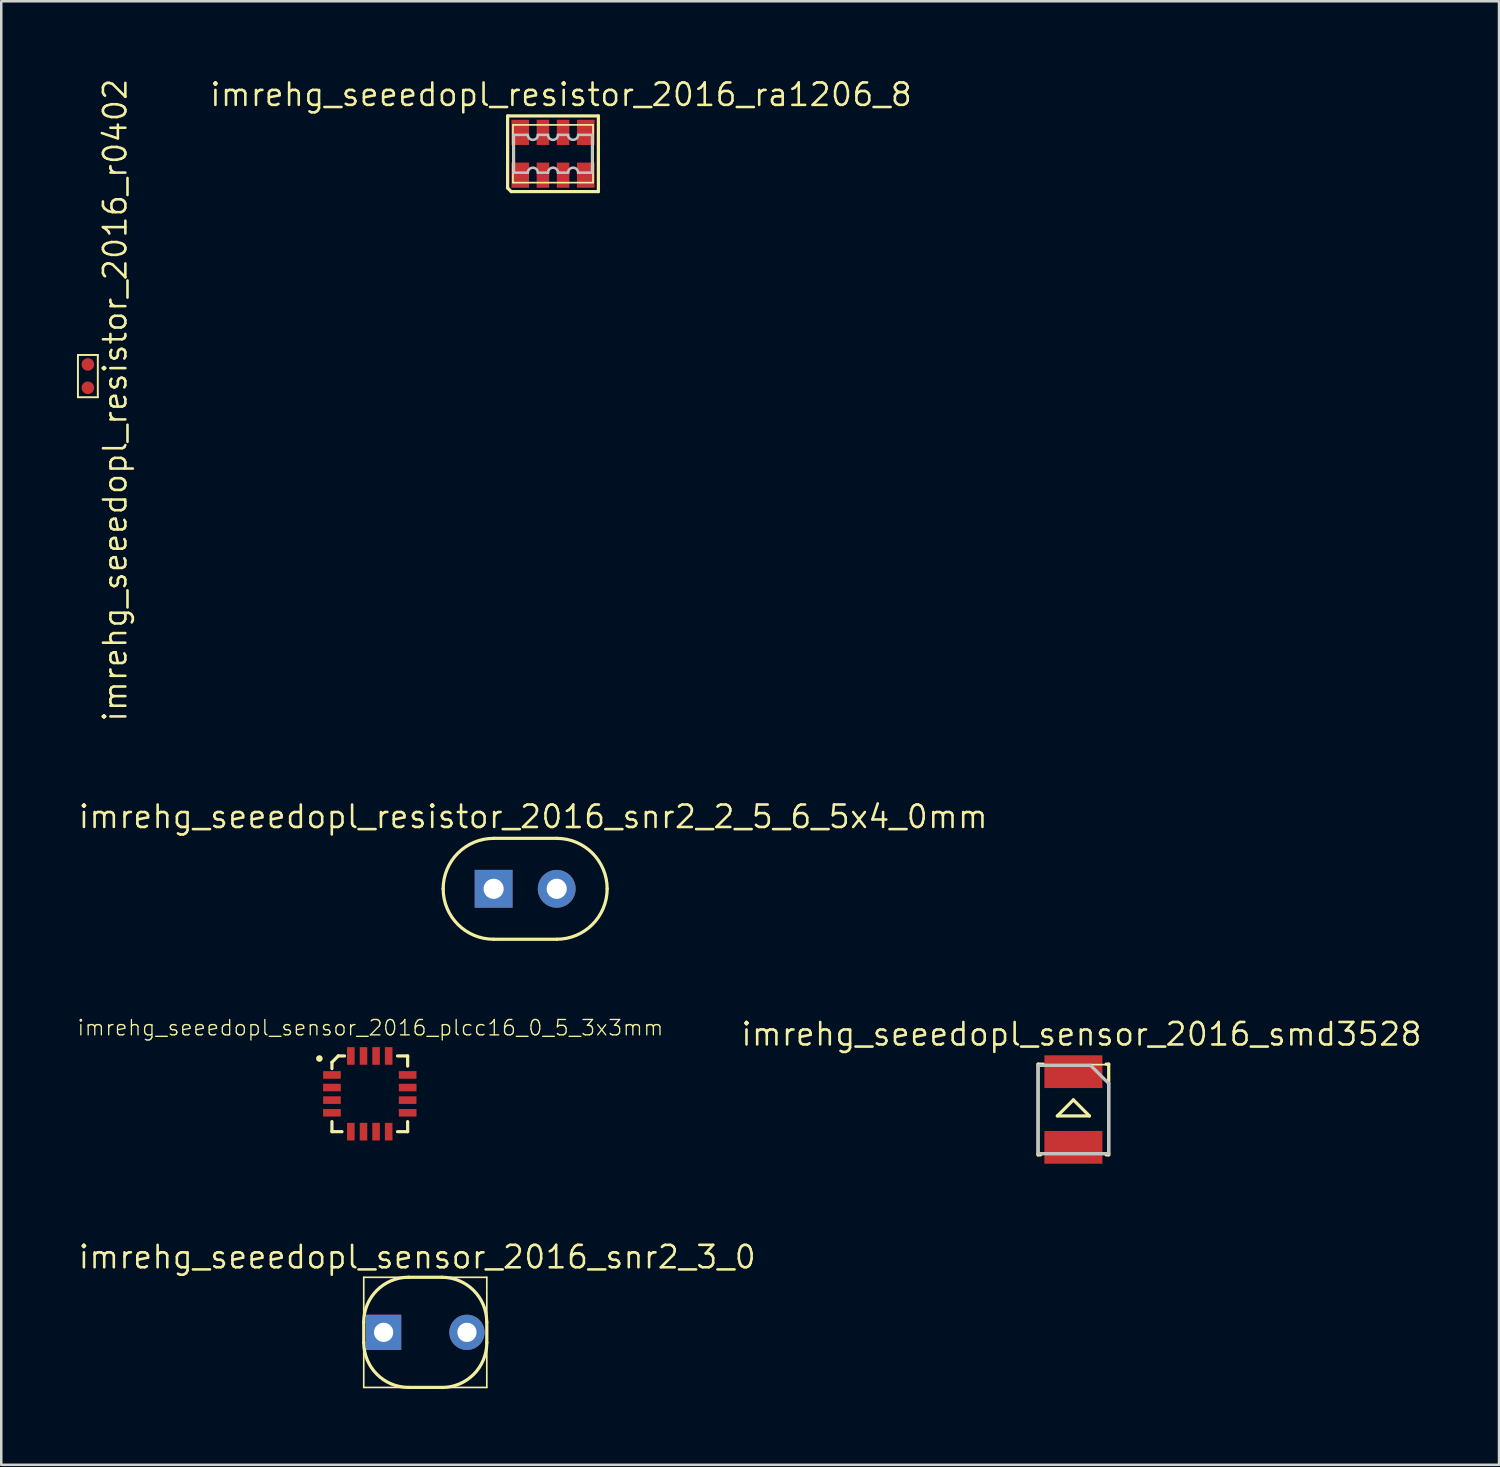
<source format=kicad_pcb>
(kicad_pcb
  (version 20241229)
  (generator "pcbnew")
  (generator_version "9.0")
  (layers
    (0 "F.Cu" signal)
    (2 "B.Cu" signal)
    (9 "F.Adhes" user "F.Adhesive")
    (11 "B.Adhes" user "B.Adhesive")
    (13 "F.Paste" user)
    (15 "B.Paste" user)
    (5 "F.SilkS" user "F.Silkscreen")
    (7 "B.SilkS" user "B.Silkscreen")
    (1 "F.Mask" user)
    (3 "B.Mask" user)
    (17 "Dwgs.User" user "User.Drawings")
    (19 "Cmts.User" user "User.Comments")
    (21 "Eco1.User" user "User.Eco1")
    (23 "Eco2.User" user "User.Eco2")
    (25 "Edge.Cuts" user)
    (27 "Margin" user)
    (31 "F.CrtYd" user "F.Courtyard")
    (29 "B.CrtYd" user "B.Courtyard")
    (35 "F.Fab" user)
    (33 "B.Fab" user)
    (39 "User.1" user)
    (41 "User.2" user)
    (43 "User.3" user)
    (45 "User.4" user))
  (footprint "imrehg_seeedopl_sensor_2016_plcc16_0_5_3x3mm"
    (layer "F.Cu")
    (at 10.103 41.791)
    (property "Reference" "imrehg_seeedopl_sensor_2016_plcc16_0_5_3x3mm" (at 1.524 -4.115 0) (layer "F.SilkS") (effects (font (size 0.61 0.61) (thickness 0.051))))
    (attr smd)
    (fp_line (start 0 -2.748) (end 0 -2.499) (stroke (width 0.127) (type solid)) (layer "F.SilkS"))
    (fp_line (start 0 0) (end 0 -0.399) (stroke (width 0.127) (type solid)) (layer "F.SilkS"))
    (fp_line (start 0.249 -3) (end 0 -2.748) (stroke (width 0.127) (type solid)) (layer "F.SilkS"))
    (fp_line (start 0.399 0) (end 0 0) (stroke (width 0.127) (type solid)) (layer "F.SilkS"))
    (fp_line (start 0.498 -3) (end 0.249 -3) (stroke (width 0.127) (type solid)) (layer "F.SilkS"))
    (fp_line (start 2.598 -3) (end 3 -3) (stroke (width 0.127) (type solid)) (layer "F.SilkS"))
    (fp_line (start 3 -2.598) (end 3 -3) (stroke (width 0.127) (type solid)) (layer "F.SilkS"))
    (fp_line (start 3 -0.399) (end 3 0) (stroke (width 0.127) (type solid)) (layer "F.SilkS"))
    (fp_line (start 3 0) (end 2.598 0) (stroke (width 0.127) (type solid)) (layer "F.SilkS"))
    (fp_circle (center -0.498 -2.898) (end -0.546 -2.946) (stroke (width 0.127) (type solid)) (fill no) (layer "F.SilkS"))
    (pad "1" smd rect (at 0 -2.248) (size 0.699 0.3) (layers "F.Cu" "F.Mask" "F.Paste"))
    (pad "2" smd rect (at 0 -1.748) (size 0.699 0.3) (layers "F.Cu" "F.Mask" "F.Paste"))
    (pad "3" smd rect (at 0 -1.25) (size 0.699 0.3) (layers "F.Cu" "F.Mask" "F.Paste"))
    (pad "4" smd rect (at 0 -0.749) (size 0.699 0.3) (layers "F.Cu" "F.Mask" "F.Paste"))
    (pad "5" smd rect (at 0.749 0 90) (size 0.699 0.3) (layers "F.Cu" "F.Mask" "F.Paste"))
    (pad "6" smd rect (at 1.25 0 90) (size 0.699 0.3) (layers "F.Cu" "F.Mask" "F.Paste"))
    (pad "7" smd rect (at 1.748 0 90) (size 0.699 0.3) (layers "F.Cu" "F.Mask" "F.Paste"))
    (pad "8" smd rect (at 2.248 0 90) (size 0.699 0.3) (layers "F.Cu" "F.Mask" "F.Paste"))
    (pad "9" smd rect (at 3 -0.749) (size 0.699 0.3) (layers "F.Cu" "F.Mask" "F.Paste"))
    (pad "10" smd rect (at 3 -1.25) (size 0.699 0.3) (layers "F.Cu" "F.Mask" "F.Paste"))
    (pad "11" smd rect (at 3 -1.748) (size 0.699 0.3) (layers "F.Cu" "F.Mask" "F.Paste"))
    (pad "12" smd rect (at 3 -2.248) (size 0.699 0.3) (layers "F.Cu" "F.Mask" "F.Paste"))
    (pad "13" smd rect (at 2.248 -3 90) (size 0.699 0.3) (layers "F.Cu" "F.Mask" "F.Paste"))
    (pad "14" smd rect (at 1.748 -3 90) (size 0.699 0.3) (layers "F.Cu" "F.Mask" "F.Paste"))
    (pad "15" smd rect (at 1.25 -3 90) (size 0.699 0.3) (layers "F.Cu" "F.Mask" "F.Paste"))
    (pad "16" smd rect (at 0.749 -3 90) (size 0.699 0.3) (layers "F.Cu" "F.Mask" "F.Paste")))
  (footprint "imrehg_seeedopl_sensor_2016_smd3528"
    (layer "F.Cu")
    (at 39.482 40.913)
    (property "Reference" "imrehg_seeedopl_sensor_2016_smd3528" (at 0.318 -2.985 0) (layer "F.SilkS") (effects (font (size 0.889 0.889) (thickness 0.102))))
    (attr smd)
    (fp_line (start -1.4 -1.798) (end -1.199 -1.798) (stroke (width 0.127) (type solid)) (layer "F.SilkS"))
    (fp_line (start -1.4 1.798) (end -1.4 -1.798) (stroke (width 0.127) (type solid)) (layer "F.SilkS"))
    (fp_line (start -1.397 -1.778) (end 1.397 -1.778) (stroke (width 0.066) (type solid)) (layer "F.SilkS"))
    (fp_line (start -1.397 1.778) (end -1.397 -1.778) (stroke (width 0.066) (type solid)) (layer "F.SilkS"))
    (fp_line (start -1.397 1.778) (end 1.397 1.778) (stroke (width 0.066) (type solid)) (layer "F.SilkS"))
    (fp_line (start -1.298 1.798) (end -1.4 1.798) (stroke (width 0.127) (type solid)) (layer "F.SilkS"))
    (fp_line (start -0.635 0.254) (end 0.635 0.254) (stroke (width 0.127) (type solid)) (layer "F.SilkS"))
    (fp_line (start 0 -0.381) (end -0.635 0.254) (stroke (width 0.127) (type solid)) (layer "F.SilkS"))
    (fp_line (start 0.635 0.254) (end 0 -0.381) (stroke (width 0.127) (type solid)) (layer "F.SilkS"))
    (fp_line (start 1.298 -1.798) (end 1.4 -1.798) (stroke (width 0.127) (type solid)) (layer "F.SilkS"))
    (fp_line (start 1.397 1.778) (end 1.397 -1.778) (stroke (width 0.066) (type solid)) (layer "F.SilkS"))
    (fp_line (start 1.4 -1.798) (end 1.4 1.798) (stroke (width 0.127) (type solid)) (layer "F.SilkS"))
    (fp_line (start 1.4 1.798) (end 1.298 1.798) (stroke (width 0.127) (type solid)) (layer "F.SilkS"))
    (fp_line (start -1.4 -1.748) (end 0.681 -1.748) (stroke (width 0.127) (type solid)) (layer "Dwgs.User"))
    (fp_line (start -1.4 1.748) (end -1.4 -1.748) (stroke (width 0.127) (type solid)) (layer "Dwgs.User"))
    (fp_line (start 0.681 -1.748) (end 1.4 -1.031) (stroke (width 0.127) (type solid)) (layer "Dwgs.User"))
    (fp_line (start 1.4 -1.031) (end 1.4 1.748) (stroke (width 0.127) (type solid)) (layer "Dwgs.User"))
    (fp_line (start 1.4 1.748) (end -1.4 1.748) (stroke (width 0.127) (type solid)) (layer "Dwgs.User"))
    (pad "+" smd rect (at 0 1.499) (size 2.299 1.298) (layers "F.Cu" "F.Mask" "F.Paste"))
    (pad "-" smd rect (at 0 -1.499) (size 2.299 1.298) (layers "F.Cu" "F.Mask" "F.Paste")))
  (footprint "imrehg_seeedopl_resistor_2016_r0402"
    (layer "F.Cu")
    (at 0.432 11.853)
    (property "Reference" "imrehg_seeedopl_resistor_2016_r0402" (at 1.079 0.953 270) (layer "F.SilkS") (effects (font (size 0.889 0.889) (thickness 0.102))))
    (attr smd)
    (fp_line (start -0.394 -0.838) (end 0.394 -0.838) (stroke (width 0.076) (type solid)) (layer "F.SilkS"))
    (fp_line (start -0.394 0.838) (end -0.394 -0.838) (stroke (width 0.076) (type solid)) (layer "F.SilkS"))
    (fp_line (start 0.394 -0.838) (end 0.394 0.838) (stroke (width 0.076) (type solid)) (layer "F.SilkS"))
    (fp_line (start 0.394 0.838) (end -0.394 0.838) (stroke (width 0.076) (type solid)) (layer "F.SilkS"))
    (pad "1" smd circle (at 0 -0.462 270) (size 0.498 0.498) (layers "F.Cu" "F.Mask" "F.Paste"))
    (pad "2" smd circle (at 0 0.462 270) (size 0.498 0.498) (layers "F.Cu" "F.Mask" "F.Paste")))
  (footprint "imrehg_seeedopl_resistor_2016_ra1206_8"
    (layer "F.Cu")
    (at 18.862 3.043)
    (property "Reference" "imrehg_seeedopl_resistor_2016_ra1206_8" (at 0.318 -2.344 0) (layer "F.SilkS") (effects (font (size 0.889 0.889) (thickness 0.102))))
    (attr smd)
    (fp_line (start -1.798 -1.499) (end 1.798 -1.499) (stroke (width 0.127) (type solid)) (layer "F.SilkS"))
    (fp_line (start -1.798 1.356) (end -1.798 -1.499) (stroke (width 0.127) (type solid)) (layer "F.SilkS"))
    (fp_line (start -1.656 1.499) (end -1.798 1.356) (stroke (width 0.127) (type solid)) (layer "F.SilkS"))
    (fp_line (start -1.587 -1.143) (end 1.587 -1.143) (stroke (width 0.066) (type solid)) (layer "F.SilkS"))
    (fp_line (start -1.587 1.143) (end -1.587 -1.143) (stroke (width 0.066) (type solid)) (layer "F.SilkS"))
    (fp_line (start -1.587 1.143) (end 1.587 1.143) (stroke (width 0.066) (type solid)) (layer "F.SilkS"))
    (fp_line (start 1.587 1.143) (end 1.587 -1.143) (stroke (width 0.066) (type solid)) (layer "F.SilkS"))
    (fp_line (start 1.798 -1.499) (end 1.798 1.499) (stroke (width 0.127) (type solid)) (layer "F.SilkS"))
    (fp_line (start 1.798 1.499) (end -1.656 1.499) (stroke (width 0.127) (type solid)) (layer "F.SilkS"))
    (fp_line (start -1.549 -0.749) (end -0.998 -0.749) (stroke (width 0.102) (type solid)) (layer "Dwgs.User"))
    (fp_line (start -1.549 0.749) (end -1.549 -0.749) (stroke (width 0.102) (type solid)) (layer "Dwgs.User"))
    (fp_line (start -0.998 0.749) (end -1.549 0.749) (stroke (width 0.102) (type solid)) (layer "Dwgs.User"))
    (fp_line (start -0.599 -0.749) (end -0.198 -0.749) (stroke (width 0.102) (type solid)) (layer "Dwgs.User"))
    (fp_line (start -0.198 0.749) (end -0.599 0.749) (stroke (width 0.102) (type solid)) (layer "Dwgs.User"))
    (fp_line (start 0.198 -0.749) (end 0.599 -0.749) (stroke (width 0.102) (type solid)) (layer "Dwgs.User"))
    (fp_line (start 0.599 0.749) (end 0.198 0.749) (stroke (width 0.102) (type solid)) (layer "Dwgs.User"))
    (fp_line (start 0.998 -0.749) (end 1.549 -0.749) (stroke (width 0.102) (type solid)) (layer "Dwgs.User"))
    (fp_line (start 1.549 -0.749) (end 1.549 0.749) (stroke (width 0.102) (type solid)) (layer "Dwgs.User"))
    (fp_line (start 1.549 0.749) (end 0.998 0.749) (stroke (width 0.102) (type solid)) (layer "Dwgs.User"))
    (fp_arc (start -0.99822 0.7493) (mid -0.79756 0.54864) (end -0.5969 0.7493) (stroke (width 0.1016) (type solid)) (layer "Dwgs.User"))
    (fp_arc (start -0.59944 -0.7493) (mid -0.79756 -0.55118) (end -0.99568 -0.7493) (stroke (width 0.1016) (type solid)) (layer "Dwgs.User"))
    (fp_arc (start -0.19812 0.7493) (mid 0 0.55118) (end 0.19812 0.7493) (stroke (width 0.1016) (type solid)) (layer "Dwgs.User"))
    (fp_arc (start 0.19812 -0.7493) (mid 0 -0.55118) (end -0.19812 -0.7493) (stroke (width 0.1016) (type solid)) (layer "Dwgs.User"))
    (fp_arc (start 0.59944 0.7493) (mid 0.79756 0.55118) (end 0.99568 0.7493) (stroke (width 0.1016) (type solid)) (layer "Dwgs.User"))
    (fp_arc (start 0.99822 -0.7493) (mid 0.79756 -0.54864) (end 0.5969 -0.7493) (stroke (width 0.1016) (type solid)) (layer "Dwgs.User"))
    (pad "1" smd rect (at -1.298 0.848) (size 0.699 0.998) (layers "F.Cu" "F.Mask" "F.Paste"))
    (pad "2" smd rect (at -0.399 0.848) (size 0.498 0.998) (layers "F.Cu" "F.Mask" "F.Paste"))
    (pad "3" smd rect (at 0.399 0.848) (size 0.498 0.998) (layers "F.Cu" "F.Mask" "F.Paste"))
    (pad "4" smd rect (at 1.298 0.848) (size 0.699 0.998) (layers "F.Cu" "F.Mask" "F.Paste"))
    (pad "5" smd rect (at 1.298 -0.848) (size 0.699 0.998) (layers "F.Cu" "F.Mask" "F.Paste"))
    (pad "6" smd rect (at 0.399 -0.848) (size 0.498 0.998) (layers "F.Cu" "F.Mask" "F.Paste"))
    (pad "7" smd rect (at -0.399 -0.848) (size 0.498 0.998) (layers "F.Cu" "F.Mask" "F.Paste"))
    (pad "8" smd rect (at -1.298 -0.848) (size 0.699 0.998) (layers "F.Cu" "F.Mask" "F.Paste")))
  (footprint "imrehg_seeedopl_sensor_2016_snr2_3_0"
    (layer "F.Cu")
    (at 13.801 49.743)
    (property "Reference" "imrehg_seeedopl_sensor_2016_snr2_3_0" (at -0.318 -2.985 0) (layer "F.SilkS") (effects (font (size 0.889 0.889) (thickness 0.102))))
    (attr exclude_from_pos_files exclude_from_bom)
    (fp_line (start -2.438 -2.182) (end 2.438 -2.182) (stroke (width 0.066) (type solid)) (layer "F.SilkS"))
    (fp_line (start -2.438 0.406) (end -2.438 -0.406) (stroke (width 0.127) (type solid)) (layer "F.SilkS"))
    (fp_line (start -2.438 2.182) (end -2.438 -2.182) (stroke (width 0.066) (type solid)) (layer "F.SilkS"))
    (fp_line (start -2.438 2.182) (end 2.438 2.182) (stroke (width 0.066) (type solid)) (layer "F.SilkS"))
    (fp_line (start -0.66 -2.182) (end 0.66 -2.182) (stroke (width 0.127) (type solid)) (layer "F.SilkS"))
    (fp_line (start 0.66 2.182) (end -0.66 2.182) (stroke (width 0.127) (type solid)) (layer "F.SilkS"))
    (fp_line (start 2.438 -0.406) (end 2.438 0.406) (stroke (width 0.127) (type solid)) (layer "F.SilkS"))
    (fp_line (start 2.438 2.182) (end 2.438 -2.182) (stroke (width 0.066) (type solid)) (layer "F.SilkS"))
    (fp_arc (start -2.4384 -0.4064) (mid -1.917636 -1.663636) (end -0.6604 -2.1844) (stroke (width 0.127) (type solid)) (layer "F.SilkS"))
    (fp_arc (start -0.6604 2.18186) (mid -1.91584 1.66184) (end -2.43586 0.4064) (stroke (width 0.127) (type solid)) (layer "F.SilkS"))
    (fp_arc (start 0.6604 -2.18186) (mid 1.91584 -1.66184) (end 2.43586 -0.4064) (stroke (width 0.127) (type solid)) (layer "F.SilkS"))
    (fp_arc (start 2.4384 0.4064) (mid 1.917636 1.663636) (end 0.6604 2.1844) (stroke (width 0.127) (type solid)) (layer "F.SilkS"))
    (pad "1" thru_hole rect (at -1.651 0) (size 1.397 1.397) (drill 0.762) (layers "*.Cu" "*.Paste" "*.Mask"))
    (pad "2" thru_hole circle (at 1.651 0) (size 1.397 1.397) (drill 0.762) (layers "*.Cu" "*.Paste" "*.Mask")))
  (footprint "imrehg_seeedopl_resistor_2016_snr2_2_5_6_5x4_0mm"
    (layer "F.Cu")
    (at 17.759 32.168)
    (property "Reference" "imrehg_seeedopl_resistor_2016_snr2_2_5_6_5x4_0mm" (at 0.318 -2.857 0) (layer "F.SilkS") (effects (font (size 0.889 0.889) (thickness 0.102))))
    (attr exclude_from_pos_files exclude_from_bom)
    (fp_line (start -1.25 -1.999) (end 1.25 -1.999) (stroke (width 0.127) (type solid)) (layer "F.SilkS"))
    (fp_line (start 1.25 1.999) (end -1.25 1.999) (stroke (width 0.127) (type solid)) (layer "F.SilkS"))
    (fp_arc (start -3.24866 0) (mid -2.663172 -1.413492) (end -1.24968 -1.99898) (stroke (width 0.127) (type solid)) (layer "F.SilkS"))
    (fp_arc (start -1.24968 1.99898) (mid -2.663172 1.413492) (end -3.24866 0) (stroke (width 0.127) (type solid)) (layer "F.SilkS"))
    (fp_arc (start 1.24968 -1.99898) (mid 2.663172 -1.413492) (end 3.24866 0) (stroke (width 0.127) (type solid)) (layer "F.SilkS"))
    (fp_arc (start 3.24866 0) (mid 2.663172 1.413492) (end 1.24968 1.99898) (stroke (width 0.127) (type solid)) (layer "F.SilkS"))
    (pad "1" thru_hole rect (at -1.25 0) (size 1.499 1.499) (drill 0.798) (layers "*.Cu" "*.Paste" "*.Mask"))
    (pad "2" thru_hole circle (at 1.25 0) (size 1.499 1.499) (drill 0.798) (layers "*.Cu" "*.Paste" "*.Mask")))
  (gr_rect
    (start -3 -3)
    (end 56.347 54.991)
    (stroke (width 0.1) (type default))
    (fill no)
    (layer "Edge.Cuts")))
</source>
